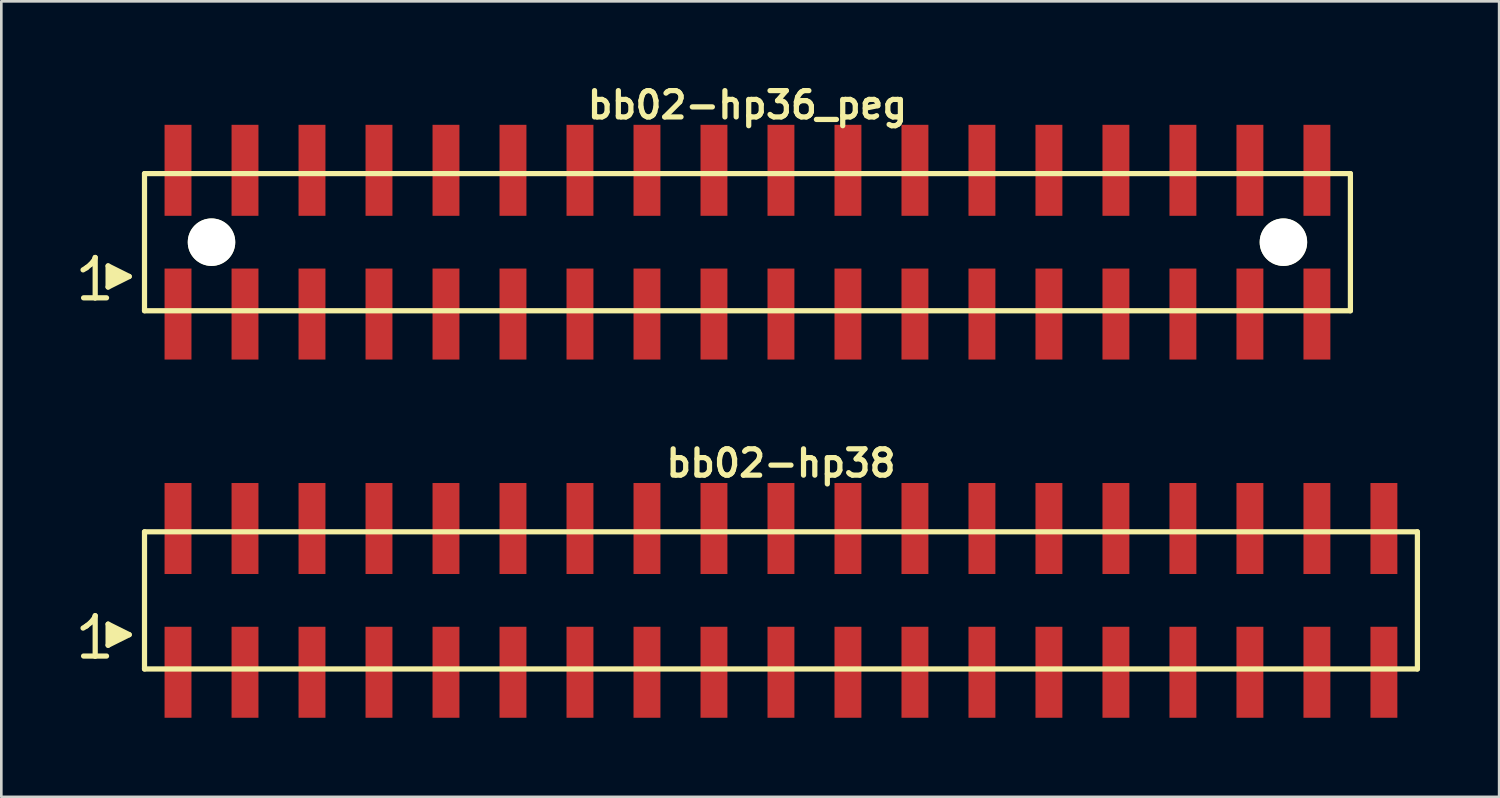
<source format=kicad_pcb>
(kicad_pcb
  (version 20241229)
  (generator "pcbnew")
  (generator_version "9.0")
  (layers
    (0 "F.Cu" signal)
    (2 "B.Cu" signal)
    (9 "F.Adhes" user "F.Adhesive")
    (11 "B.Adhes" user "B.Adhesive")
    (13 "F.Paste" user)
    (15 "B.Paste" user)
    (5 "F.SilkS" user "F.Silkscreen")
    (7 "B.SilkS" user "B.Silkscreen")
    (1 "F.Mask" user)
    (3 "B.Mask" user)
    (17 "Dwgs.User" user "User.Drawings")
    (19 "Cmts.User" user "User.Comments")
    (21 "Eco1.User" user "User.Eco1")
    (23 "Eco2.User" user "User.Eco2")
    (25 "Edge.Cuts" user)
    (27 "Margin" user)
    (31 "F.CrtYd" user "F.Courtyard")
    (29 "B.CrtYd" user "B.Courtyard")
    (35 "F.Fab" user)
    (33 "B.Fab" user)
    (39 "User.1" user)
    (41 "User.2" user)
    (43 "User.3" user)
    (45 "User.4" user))
  (footprint "bb02-hp36_peg"
    (layer "F.Cu")
    (at 25.289 6.132)
    (property "Reference" "bb02-hp36_peg" (at 0 -5.2 0) (layer "F.SilkS") (effects (font (size 0.998 0.998) (thickness 0.198))))
    (attr smd)
    (fp_line (start -25.19 1.05) (end -25.06 0.97) (stroke (width 0.198) (type solid)) (layer "F.SilkS"))
    (fp_line (start -25.06 0.97) (end -24.9 0.84) (stroke (width 0.198) (type solid)) (layer "F.SilkS"))
    (fp_line (start -24.9 0.84) (end -24.76 0.67) (stroke (width 0.198) (type solid)) (layer "F.SilkS"))
    (fp_line (start -24.76 0.67) (end -24.73 0.58) (stroke (width 0.198) (type solid)) (layer "F.SilkS"))
    (fp_line (start -24.73 0.58) (end -24.73 2.11) (stroke (width 0.198) (type solid)) (layer "F.SilkS"))
    (fp_line (start -24.73 2.11) (end -25.17 2.11) (stroke (width 0.198) (type solid)) (layer "F.SilkS"))
    (fp_line (start -24.3 2.11) (end -24.74 2.11) (stroke (width 0.198) (type solid)) (layer "F.SilkS"))
    (fp_line (start -24.24 0.9) (end -23.44 1.3) (stroke (width 0.198) (type solid)) (layer "F.SilkS"))
    (fp_line (start -24.24 1.7) (end -24.24 0.9) (stroke (width 0.198) (type solid)) (layer "F.SilkS"))
    (fp_line (start -24.14 1.6) (end -24.14 1) (stroke (width 0.198) (type solid)) (layer "F.SilkS"))
    (fp_line (start -24.04 1.1) (end -24.04 1.5) (stroke (width 0.198) (type solid)) (layer "F.SilkS"))
    (fp_line (start -23.94 1.5) (end -23.94 1.1) (stroke (width 0.198) (type solid)) (layer "F.SilkS"))
    (fp_line (start -23.84 1.2) (end -23.84 1.4) (stroke (width 0.198) (type solid)) (layer "F.SilkS"))
    (fp_line (start -23.74 1.4) (end -23.74 1.2) (stroke (width 0.198) (type solid)) (layer "F.SilkS"))
    (fp_line (start -23.44 1.3) (end -24.24 1.7) (stroke (width 0.198) (type solid)) (layer "F.SilkS"))
    (fp_line (start -22.86 -2.6) (end -22.86 2.6) (stroke (width 0.198) (type solid)) (layer "F.SilkS"))
    (fp_line (start -22.86 -2.6) (end 22.86 -2.6) (stroke (width 0.198) (type solid)) (layer "F.SilkS"))
    (fp_line (start 22.86 2.6) (end -22.86 2.6) (stroke (width 0.198) (type solid)) (layer "F.SilkS"))
    (fp_line (start 22.86 2.6) (end 22.86 -2.6) (stroke (width 0.198) (type solid)) (layer "F.SilkS"))
    (pad "" np_thru_hole circle (at -20.32 0) (size 1.8 1.8) (drill 1.8) (layers "*.Cu" "*.Mask" "F.SilkS"))
    (pad "" np_thru_hole circle (at 20.32 0) (size 1.8 1.8) (drill 1.8) (layers "*.Cu" "*.Mask" "F.SilkS"))
    (pad "1" smd rect (at -21.59 2.725) (size 1.02 3.45) (layers "F.Cu" "F.Mask" "F.Paste"))
    (pad "2" smd rect (at -21.59 -2.725) (size 1.02 3.45) (layers "F.Cu" "F.Mask" "F.Paste"))
    (pad "3" smd rect (at -19.05 2.725) (size 1.02 3.45) (layers "F.Cu" "F.Mask" "F.Paste"))
    (pad "4" smd rect (at -19.05 -2.725) (size 1.02 3.45) (layers "F.Cu" "F.Mask" "F.Paste"))
    (pad "5" smd rect (at -16.51 2.725) (size 1.02 3.45) (layers "F.Cu" "F.Mask" "F.Paste"))
    (pad "6" smd rect (at -16.51 -2.725) (size 1.02 3.45) (layers "F.Cu" "F.Mask" "F.Paste"))
    (pad "7" smd rect (at -13.97 2.725) (size 1.02 3.45) (layers "F.Cu" "F.Mask" "F.Paste"))
    (pad "8" smd rect (at -13.97 -2.725) (size 1.02 3.45) (layers "F.Cu" "F.Mask" "F.Paste"))
    (pad "9" smd rect (at -11.43 2.725) (size 1.02 3.45) (layers "F.Cu" "F.Mask" "F.Paste"))
    (pad "10" smd rect (at -11.43 -2.725) (size 1.02 3.45) (layers "F.Cu" "F.Mask" "F.Paste"))
    (pad "11" smd rect (at -8.89 2.725) (size 1.02 3.45) (layers "F.Cu" "F.Mask" "F.Paste"))
    (pad "12" smd rect (at -8.89 -2.725) (size 1.02 3.45) (layers "F.Cu" "F.Mask" "F.Paste"))
    (pad "13" smd rect (at -6.35 2.725) (size 1.02 3.45) (layers "F.Cu" "F.Mask" "F.Paste"))
    (pad "14" smd rect (at -6.35 -2.725) (size 1.02 3.45) (layers "F.Cu" "F.Mask" "F.Paste"))
    (pad "15" smd rect (at -3.81 2.725) (size 1.02 3.45) (layers "F.Cu" "F.Mask" "F.Paste"))
    (pad "16" smd rect (at -3.81 -2.725) (size 1.02 3.45) (layers "F.Cu" "F.Mask" "F.Paste"))
    (pad "17" smd rect (at -1.27 2.725) (size 1.02 3.45) (layers "F.Cu" "F.Mask" "F.Paste"))
    (pad "18" smd rect (at -1.27 -2.725) (size 1.02 3.45) (layers "F.Cu" "F.Mask" "F.Paste"))
    (pad "19" smd rect (at 1.27 2.725) (size 1.02 3.45) (layers "F.Cu" "F.Mask" "F.Paste"))
    (pad "20" smd rect (at 1.27 -2.725) (size 1.02 3.45) (layers "F.Cu" "F.Mask" "F.Paste"))
    (pad "21" smd rect (at 3.81 2.725) (size 1.02 3.45) (layers "F.Cu" "F.Mask" "F.Paste"))
    (pad "22" smd rect (at 3.81 -2.725) (size 1.02 3.45) (layers "F.Cu" "F.Mask" "F.Paste"))
    (pad "23" smd rect (at 6.35 2.725) (size 1.02 3.45) (layers "F.Cu" "F.Mask" "F.Paste"))
    (pad "24" smd rect (at 6.35 -2.725) (size 1.02 3.45) (layers "F.Cu" "F.Mask" "F.Paste"))
    (pad "25" smd rect (at 8.89 2.725) (size 1.02 3.45) (layers "F.Cu" "F.Mask" "F.Paste"))
    (pad "26" smd rect (at 8.89 -2.725) (size 1.02 3.45) (layers "F.Cu" "F.Mask" "F.Paste"))
    (pad "27" smd rect (at 11.43 2.725) (size 1.02 3.45) (layers "F.Cu" "F.Mask" "F.Paste"))
    (pad "28" smd rect (at 11.43 -2.725) (size 1.02 3.45) (layers "F.Cu" "F.Mask" "F.Paste"))
    (pad "29" smd rect (at 13.97 2.725) (size 1.02 3.45) (layers "F.Cu" "F.Mask" "F.Paste"))
    (pad "30" smd rect (at 13.97 -2.725) (size 1.02 3.45) (layers "F.Cu" "F.Mask" "F.Paste"))
    (pad "31" smd rect (at 16.51 2.725) (size 1.02 3.45) (layers "F.Cu" "F.Mask" "F.Paste"))
    (pad "32" smd rect (at 16.51 -2.725) (size 1.02 3.45) (layers "F.Cu" "F.Mask" "F.Paste"))
    (pad "33" smd rect (at 19.05 2.725) (size 1.02 3.45) (layers "F.Cu" "F.Mask" "F.Paste"))
    (pad "34" smd rect (at 19.05 -2.725) (size 1.02 3.45) (layers "F.Cu" "F.Mask" "F.Paste"))
    (pad "35" smd rect (at 21.59 2.725) (size 1.02 3.45) (layers "F.Cu" "F.Mask" "F.Paste"))
    (pad "36" smd rect (at 21.59 -2.725) (size 1.02 3.45) (layers "F.Cu" "F.Mask" "F.Paste")))
  (footprint "bb02-hp38"
    (layer "F.Cu")
    (at 26.559 19.713)
    (property "Reference" "bb02-hp38" (at 0 -5.2 0) (layer "F.SilkS") (effects (font (size 0.998 0.998) (thickness 0.198))))
    (attr smd)
    (fp_line (start -26.46 1.05) (end -26.33 0.97) (stroke (width 0.198) (type solid)) (layer "F.SilkS"))
    (fp_line (start -26.33 0.97) (end -26.17 0.84) (stroke (width 0.198) (type solid)) (layer "F.SilkS"))
    (fp_line (start -26.17 0.84) (end -26.03 0.67) (stroke (width 0.198) (type solid)) (layer "F.SilkS"))
    (fp_line (start -26.03 0.67) (end -26 0.58) (stroke (width 0.198) (type solid)) (layer "F.SilkS"))
    (fp_line (start -26 0.58) (end -26 2.11) (stroke (width 0.198) (type solid)) (layer "F.SilkS"))
    (fp_line (start -26 2.11) (end -26.44 2.11) (stroke (width 0.198) (type solid)) (layer "F.SilkS"))
    (fp_line (start -25.57 2.11) (end -26.01 2.11) (stroke (width 0.198) (type solid)) (layer "F.SilkS"))
    (fp_line (start -25.51 0.9) (end -24.71 1.3) (stroke (width 0.198) (type solid)) (layer "F.SilkS"))
    (fp_line (start -25.51 1.7) (end -25.51 0.9) (stroke (width 0.198) (type solid)) (layer "F.SilkS"))
    (fp_line (start -25.41 1.6) (end -25.41 1) (stroke (width 0.198) (type solid)) (layer "F.SilkS"))
    (fp_line (start -25.31 1.1) (end -25.31 1.5) (stroke (width 0.198) (type solid)) (layer "F.SilkS"))
    (fp_line (start -25.21 1.5) (end -25.21 1.1) (stroke (width 0.198) (type solid)) (layer "F.SilkS"))
    (fp_line (start -25.11 1.2) (end -25.11 1.4) (stroke (width 0.198) (type solid)) (layer "F.SilkS"))
    (fp_line (start -25.01 1.4) (end -25.01 1.2) (stroke (width 0.198) (type solid)) (layer "F.SilkS"))
    (fp_line (start -24.71 1.3) (end -25.51 1.7) (stroke (width 0.198) (type solid)) (layer "F.SilkS"))
    (fp_line (start -24.13 -2.6) (end -24.13 2.6) (stroke (width 0.198) (type solid)) (layer "F.SilkS"))
    (fp_line (start -24.13 -2.6) (end 24.13 -2.6) (stroke (width 0.198) (type solid)) (layer "F.SilkS"))
    (fp_line (start 24.13 2.6) (end -24.13 2.6) (stroke (width 0.198) (type solid)) (layer "F.SilkS"))
    (fp_line (start 24.13 2.6) (end 24.13 -2.6) (stroke (width 0.198) (type solid)) (layer "F.SilkS"))
    (pad "1" smd rect (at -22.86 2.725) (size 1.02 3.45) (layers "F.Cu" "F.Mask" "F.Paste"))
    (pad "2" smd rect (at -22.86 -2.725) (size 1.02 3.45) (layers "F.Cu" "F.Mask" "F.Paste"))
    (pad "3" smd rect (at -20.32 2.725) (size 1.02 3.45) (layers "F.Cu" "F.Mask" "F.Paste"))
    (pad "4" smd rect (at -20.32 -2.725) (size 1.02 3.45) (layers "F.Cu" "F.Mask" "F.Paste"))
    (pad "5" smd rect (at -17.78 2.725) (size 1.02 3.45) (layers "F.Cu" "F.Mask" "F.Paste"))
    (pad "6" smd rect (at -17.78 -2.725) (size 1.02 3.45) (layers "F.Cu" "F.Mask" "F.Paste"))
    (pad "7" smd rect (at -15.24 2.725) (size 1.02 3.45) (layers "F.Cu" "F.Mask" "F.Paste"))
    (pad "8" smd rect (at -15.24 -2.725) (size 1.02 3.45) (layers "F.Cu" "F.Mask" "F.Paste"))
    (pad "9" smd rect (at -12.7 2.725) (size 1.02 3.45) (layers "F.Cu" "F.Mask" "F.Paste"))
    (pad "10" smd rect (at -12.7 -2.725) (size 1.02 3.45) (layers "F.Cu" "F.Mask" "F.Paste"))
    (pad "11" smd rect (at -10.16 2.725) (size 1.02 3.45) (layers "F.Cu" "F.Mask" "F.Paste"))
    (pad "12" smd rect (at -10.16 -2.725) (size 1.02 3.45) (layers "F.Cu" "F.Mask" "F.Paste"))
    (pad "13" smd rect (at -7.62 2.725) (size 1.02 3.45) (layers "F.Cu" "F.Mask" "F.Paste"))
    (pad "14" smd rect (at -7.62 -2.725) (size 1.02 3.45) (layers "F.Cu" "F.Mask" "F.Paste"))
    (pad "15" smd rect (at -5.08 2.725) (size 1.02 3.45) (layers "F.Cu" "F.Mask" "F.Paste"))
    (pad "16" smd rect (at -5.08 -2.725) (size 1.02 3.45) (layers "F.Cu" "F.Mask" "F.Paste"))
    (pad "17" smd rect (at -2.54 2.725) (size 1.02 3.45) (layers "F.Cu" "F.Mask" "F.Paste"))
    (pad "18" smd rect (at -2.54 -2.725) (size 1.02 3.45) (layers "F.Cu" "F.Mask" "F.Paste"))
    (pad "19" smd rect (at 0 2.725) (size 1.02 3.45) (layers "F.Cu" "F.Mask" "F.Paste"))
    (pad "20" smd rect (at 0 -2.725) (size 1.02 3.45) (layers "F.Cu" "F.Mask" "F.Paste"))
    (pad "21" smd rect (at 2.54 2.725) (size 1.02 3.45) (layers "F.Cu" "F.Mask" "F.Paste"))
    (pad "22" smd rect (at 2.54 -2.725) (size 1.02 3.45) (layers "F.Cu" "F.Mask" "F.Paste"))
    (pad "23" smd rect (at 5.08 2.725) (size 1.02 3.45) (layers "F.Cu" "F.Mask" "F.Paste"))
    (pad "24" smd rect (at 5.08 -2.725) (size 1.02 3.45) (layers "F.Cu" "F.Mask" "F.Paste"))
    (pad "25" smd rect (at 7.62 2.725) (size 1.02 3.45) (layers "F.Cu" "F.Mask" "F.Paste"))
    (pad "26" smd rect (at 7.62 -2.725) (size 1.02 3.45) (layers "F.Cu" "F.Mask" "F.Paste"))
    (pad "27" smd rect (at 10.16 2.725) (size 1.02 3.45) (layers "F.Cu" "F.Mask" "F.Paste"))
    (pad "28" smd rect (at 10.16 -2.725) (size 1.02 3.45) (layers "F.Cu" "F.Mask" "F.Paste"))
    (pad "29" smd rect (at 12.7 2.725) (size 1.02 3.45) (layers "F.Cu" "F.Mask" "F.Paste"))
    (pad "30" smd rect (at 12.7 -2.725) (size 1.02 3.45) (layers "F.Cu" "F.Mask" "F.Paste"))
    (pad "31" smd rect (at 15.24 2.725) (size 1.02 3.45) (layers "F.Cu" "F.Mask" "F.Paste"))
    (pad "32" smd rect (at 15.24 -2.725) (size 1.02 3.45) (layers "F.Cu" "F.Mask" "F.Paste"))
    (pad "33" smd rect (at 17.78 2.725) (size 1.02 3.45) (layers "F.Cu" "F.Mask" "F.Paste"))
    (pad "34" smd rect (at 17.78 -2.725) (size 1.02 3.45) (layers "F.Cu" "F.Mask" "F.Paste"))
    (pad "35" smd rect (at 20.32 2.725) (size 1.02 3.45) (layers "F.Cu" "F.Mask" "F.Paste"))
    (pad "36" smd rect (at 20.32 -2.725) (size 1.02 3.45) (layers "F.Cu" "F.Mask" "F.Paste"))
    (pad "37" smd rect (at 22.86 2.725) (size 1.02 3.45) (layers "F.Cu" "F.Mask" "F.Paste"))
    (pad "38" smd rect (at 22.86 -2.725) (size 1.02 3.45) (layers "F.Cu" "F.Mask" "F.Paste")))
  (gr_rect
    (start -3 -3)
    (end 53.788 27.163)
    (stroke (width 0.1) (type default))
    (fill no)
    (layer "Edge.Cuts")))
</source>
